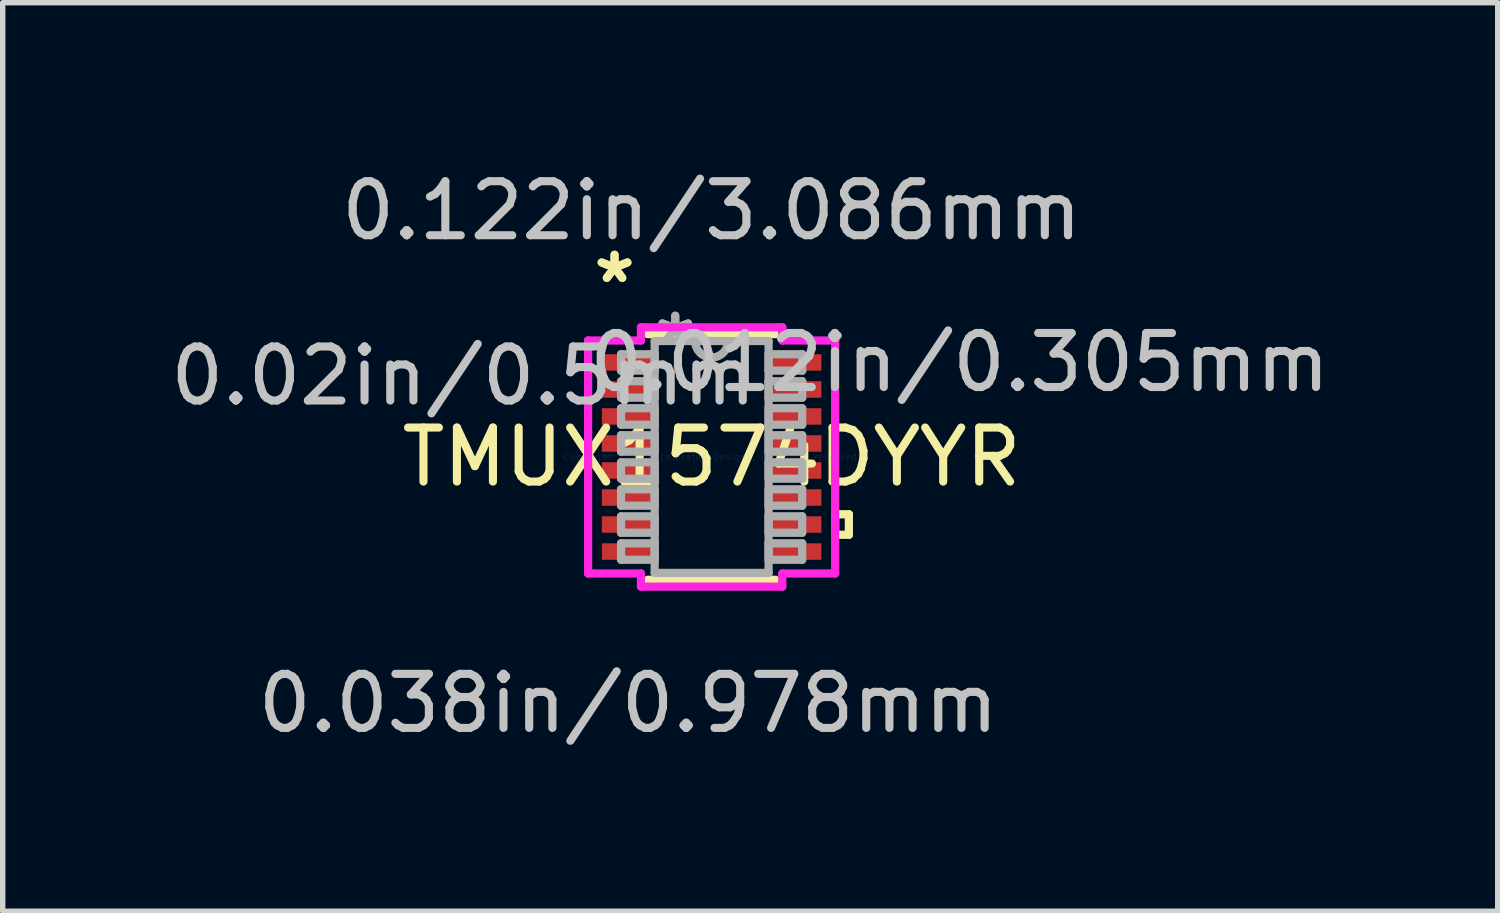
<source format=kicad_pcb>
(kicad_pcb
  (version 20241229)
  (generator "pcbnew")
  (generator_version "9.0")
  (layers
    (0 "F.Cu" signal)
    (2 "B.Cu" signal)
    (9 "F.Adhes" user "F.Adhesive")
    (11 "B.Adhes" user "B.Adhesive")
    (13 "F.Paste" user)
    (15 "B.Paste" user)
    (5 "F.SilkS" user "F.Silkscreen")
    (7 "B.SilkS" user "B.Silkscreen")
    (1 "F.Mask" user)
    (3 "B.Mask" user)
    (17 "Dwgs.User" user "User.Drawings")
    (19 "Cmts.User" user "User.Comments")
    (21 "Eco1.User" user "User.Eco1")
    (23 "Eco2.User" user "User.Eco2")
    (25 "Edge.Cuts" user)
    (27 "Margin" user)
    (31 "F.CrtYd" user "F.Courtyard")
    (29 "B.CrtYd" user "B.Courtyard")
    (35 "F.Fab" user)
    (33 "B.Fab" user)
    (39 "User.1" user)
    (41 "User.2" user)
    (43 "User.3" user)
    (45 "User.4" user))
  (footprint "TMUX1574DYYR"
    (layer "F.Cu")
    (at 10.121 5.408)
    (property "Reference" "TMUX1574DYYR" (at 0 0 0) (layer "F.SilkS") (effects (font (size 1 1) (thickness 0.15))))
    (attr through_hole)
    (fp_line (start -1.181 2.273) (end 1.181 2.273) (stroke (width 0.152) (type solid)) (layer "F.SilkS"))
    (fp_line (start 1.181 -2.273) (end -1.181 -2.273) (stroke (width 0.152) (type solid)) (layer "F.SilkS"))
    (fp_line (start 2.286 1.06) (end 2.54 1.06) (stroke (width 0.152) (type solid)) (layer "F.SilkS"))
    (fp_line (start 2.286 1.44) (end 2.286 1.06) (stroke (width 0.152) (type solid)) (layer "F.SilkS"))
    (fp_line (start 2.54 1.06) (end 2.54 1.44) (stroke (width 0.152) (type solid)) (layer "F.SilkS"))
    (fp_line (start 2.54 1.44) (end 2.286 1.44) (stroke (width 0.152) (type solid)) (layer "F.SilkS"))
    (fp_line (start -2.286 -2.156) (end -1.308 -2.156) (stroke (width 0.152) (type solid)) (layer "F.CrtYd"))
    (fp_line (start -2.286 2.156) (end -2.286 -2.156) (stroke (width 0.152) (type solid)) (layer "F.CrtYd"))
    (fp_line (start -1.308 -2.4) (end 1.308 -2.4) (stroke (width 0.152) (type solid)) (layer "F.CrtYd"))
    (fp_line (start -1.308 -2.156) (end -1.308 -2.4) (stroke (width 0.152) (type solid)) (layer "F.CrtYd"))
    (fp_line (start -1.308 2.156) (end -2.286 2.156) (stroke (width 0.152) (type solid)) (layer "F.CrtYd"))
    (fp_line (start -1.308 2.4) (end -1.308 2.156) (stroke (width 0.152) (type solid)) (layer "F.CrtYd"))
    (fp_line (start 1.308 -2.4) (end 1.308 -2.156) (stroke (width 0.152) (type solid)) (layer "F.CrtYd"))
    (fp_line (start 1.308 -2.156) (end 2.286 -2.156) (stroke (width 0.152) (type solid)) (layer "F.CrtYd"))
    (fp_line (start 1.308 2.156) (end 1.308 2.4) (stroke (width 0.152) (type solid)) (layer "F.CrtYd"))
    (fp_line (start 1.308 2.4) (end -1.308 2.4) (stroke (width 0.152) (type solid)) (layer "F.CrtYd"))
    (fp_line (start 2.286 -2.156) (end 2.286 2.156) (stroke (width 0.152) (type solid)) (layer "F.CrtYd"))
    (fp_line (start 2.286 2.156) (end 1.308 2.156) (stroke (width 0.152) (type solid)) (layer "F.CrtYd"))
    (fp_line (start -1.676 -1.902) (end -1.676 -1.598) (stroke (width 0.152) (type solid)) (layer "F.Fab"))
    (fp_line (start -1.676 -1.598) (end -1.054 -1.598) (stroke (width 0.152) (type solid)) (layer "F.Fab"))
    (fp_line (start -1.676 -1.402) (end -1.676 -1.098) (stroke (width 0.152) (type solid)) (layer "F.Fab"))
    (fp_line (start -1.676 -1.098) (end -1.054 -1.098) (stroke (width 0.152) (type solid)) (layer "F.Fab"))
    (fp_line (start -1.676 -0.902) (end -1.676 -0.598) (stroke (width 0.152) (type solid)) (layer "F.Fab"))
    (fp_line (start -1.676 -0.598) (end -1.054 -0.598) (stroke (width 0.152) (type solid)) (layer "F.Fab"))
    (fp_line (start -1.676 -0.402) (end -1.676 -0.098) (stroke (width 0.152) (type solid)) (layer "F.Fab"))
    (fp_line (start -1.676 -0.098) (end -1.054 -0.098) (stroke (width 0.152) (type solid)) (layer "F.Fab"))
    (fp_line (start -1.676 0.098) (end -1.676 0.402) (stroke (width 0.152) (type solid)) (layer "F.Fab"))
    (fp_line (start -1.676 0.402) (end -1.054 0.402) (stroke (width 0.152) (type solid)) (layer "F.Fab"))
    (fp_line (start -1.676 0.598) (end -1.676 0.902) (stroke (width 0.152) (type solid)) (layer "F.Fab"))
    (fp_line (start -1.676 0.902) (end -1.054 0.902) (stroke (width 0.152) (type solid)) (layer "F.Fab"))
    (fp_line (start -1.676 1.098) (end -1.676 1.402) (stroke (width 0.152) (type solid)) (layer "F.Fab"))
    (fp_line (start -1.676 1.402) (end -1.054 1.402) (stroke (width 0.152) (type solid)) (layer "F.Fab"))
    (fp_line (start -1.676 1.598) (end -1.676 1.902) (stroke (width 0.152) (type solid)) (layer "F.Fab"))
    (fp_line (start -1.676 1.902) (end -1.054 1.902) (stroke (width 0.152) (type solid)) (layer "F.Fab"))
    (fp_line (start -1.054 -2.146) (end -1.054 2.146) (stroke (width 0.152) (type solid)) (layer "F.Fab"))
    (fp_line (start -1.054 -1.902) (end -1.676 -1.902) (stroke (width 0.152) (type solid)) (layer "F.Fab"))
    (fp_line (start -1.054 -1.598) (end -1.054 -1.902) (stroke (width 0.152) (type solid)) (layer "F.Fab"))
    (fp_line (start -1.054 -1.402) (end -1.676 -1.402) (stroke (width 0.152) (type solid)) (layer "F.Fab"))
    (fp_line (start -1.054 -1.098) (end -1.054 -1.402) (stroke (width 0.152) (type solid)) (layer "F.Fab"))
    (fp_line (start -1.054 -0.902) (end -1.676 -0.902) (stroke (width 0.152) (type solid)) (layer "F.Fab"))
    (fp_line (start -1.054 -0.598) (end -1.054 -0.902) (stroke (width 0.152) (type solid)) (layer "F.Fab"))
    (fp_line (start -1.054 -0.402) (end -1.676 -0.402) (stroke (width 0.152) (type solid)) (layer "F.Fab"))
    (fp_line (start -1.054 -0.098) (end -1.054 -0.402) (stroke (width 0.152) (type solid)) (layer "F.Fab"))
    (fp_line (start -1.054 0.098) (end -1.676 0.098) (stroke (width 0.152) (type solid)) (layer "F.Fab"))
    (fp_line (start -1.054 0.402) (end -1.054 0.098) (stroke (width 0.152) (type solid)) (layer "F.Fab"))
    (fp_line (start -1.054 0.598) (end -1.676 0.598) (stroke (width 0.152) (type solid)) (layer "F.Fab"))
    (fp_line (start -1.054 0.902) (end -1.054 0.598) (stroke (width 0.152) (type solid)) (layer "F.Fab"))
    (fp_line (start -1.054 1.098) (end -1.676 1.098) (stroke (width 0.152) (type solid)) (layer "F.Fab"))
    (fp_line (start -1.054 1.402) (end -1.054 1.098) (stroke (width 0.152) (type solid)) (layer "F.Fab"))
    (fp_line (start -1.054 1.598) (end -1.676 1.598) (stroke (width 0.152) (type solid)) (layer "F.Fab"))
    (fp_line (start -1.054 1.902) (end -1.054 1.598) (stroke (width 0.152) (type solid)) (layer "F.Fab"))
    (fp_line (start -1.054 2.146) (end 1.054 2.146) (stroke (width 0.152) (type solid)) (layer "F.Fab"))
    (fp_line (start 1.054 -2.146) (end -1.054 -2.146) (stroke (width 0.152) (type solid)) (layer "F.Fab"))
    (fp_line (start 1.054 -1.902) (end 1.054 -1.598) (stroke (width 0.152) (type solid)) (layer "F.Fab"))
    (fp_line (start 1.054 -1.598) (end 1.676 -1.598) (stroke (width 0.152) (type solid)) (layer "F.Fab"))
    (fp_line (start 1.054 -1.402) (end 1.054 -1.098) (stroke (width 0.152) (type solid)) (layer "F.Fab"))
    (fp_line (start 1.054 -1.098) (end 1.676 -1.098) (stroke (width 0.152) (type solid)) (layer "F.Fab"))
    (fp_line (start 1.054 -0.902) (end 1.054 -0.598) (stroke (width 0.152) (type solid)) (layer "F.Fab"))
    (fp_line (start 1.054 -0.598) (end 1.676 -0.598) (stroke (width 0.152) (type solid)) (layer "F.Fab"))
    (fp_line (start 1.054 -0.402) (end 1.054 -0.098) (stroke (width 0.152) (type solid)) (layer "F.Fab"))
    (fp_line (start 1.054 -0.098) (end 1.676 -0.098) (stroke (width 0.152) (type solid)) (layer "F.Fab"))
    (fp_line (start 1.054 0.098) (end 1.054 0.402) (stroke (width 0.152) (type solid)) (layer "F.Fab"))
    (fp_line (start 1.054 0.402) (end 1.676 0.402) (stroke (width 0.152) (type solid)) (layer "F.Fab"))
    (fp_line (start 1.054 0.598) (end 1.054 0.902) (stroke (width 0.152) (type solid)) (layer "F.Fab"))
    (fp_line (start 1.054 0.902) (end 1.676 0.902) (stroke (width 0.152) (type solid)) (layer "F.Fab"))
    (fp_line (start 1.054 1.098) (end 1.054 1.402) (stroke (width 0.152) (type solid)) (layer "F.Fab"))
    (fp_line (start 1.054 1.402) (end 1.676 1.402) (stroke (width 0.152) (type solid)) (layer "F.Fab"))
    (fp_line (start 1.054 1.598) (end 1.054 1.902) (stroke (width 0.152) (type solid)) (layer "F.Fab"))
    (fp_line (start 1.054 1.902) (end 1.676 1.902) (stroke (width 0.152) (type solid)) (layer "F.Fab"))
    (fp_line (start 1.054 2.146) (end 1.054 -2.146) (stroke (width 0.152) (type solid)) (layer "F.Fab"))
    (fp_line (start 1.676 -1.902) (end 1.054 -1.902) (stroke (width 0.152) (type solid)) (layer "F.Fab"))
    (fp_line (start 1.676 -1.598) (end 1.676 -1.902) (stroke (width 0.152) (type solid)) (layer "F.Fab"))
    (fp_line (start 1.676 -1.402) (end 1.054 -1.402) (stroke (width 0.152) (type solid)) (layer "F.Fab"))
    (fp_line (start 1.676 -1.098) (end 1.676 -1.402) (stroke (width 0.152) (type solid)) (layer "F.Fab"))
    (fp_line (start 1.676 -0.902) (end 1.054 -0.902) (stroke (width 0.152) (type solid)) (layer "F.Fab"))
    (fp_line (start 1.676 -0.598) (end 1.676 -0.902) (stroke (width 0.152) (type solid)) (layer "F.Fab"))
    (fp_line (start 1.676 -0.402) (end 1.054 -0.402) (stroke (width 0.152) (type solid)) (layer "F.Fab"))
    (fp_line (start 1.676 -0.098) (end 1.676 -0.402) (stroke (width 0.152) (type solid)) (layer "F.Fab"))
    (fp_line (start 1.676 0.098) (end 1.054 0.098) (stroke (width 0.152) (type solid)) (layer "F.Fab"))
    (fp_line (start 1.676 0.402) (end 1.676 0.098) (stroke (width 0.152) (type solid)) (layer "F.Fab"))
    (fp_line (start 1.676 0.598) (end 1.054 0.598) (stroke (width 0.152) (type solid)) (layer "F.Fab"))
    (fp_line (start 1.676 0.902) (end 1.676 0.598) (stroke (width 0.152) (type solid)) (layer "F.Fab"))
    (fp_line (start 1.676 1.098) (end 1.054 1.098) (stroke (width 0.152) (type solid)) (layer "F.Fab"))
    (fp_line (start 1.676 1.402) (end 1.676 1.098) (stroke (width 0.152) (type solid)) (layer "F.Fab"))
    (fp_line (start 1.676 1.598) (end 1.054 1.598) (stroke (width 0.152) (type solid)) (layer "F.Fab"))
    (fp_line (start 1.676 1.902) (end 1.676 1.598) (stroke (width 0.152) (type solid)) (layer "F.Fab"))
    (fp_arc (start 0.3048 -2.1463) (mid 0 -1.8415) (end -0.3048 -2.1463) (stroke (width 0.1524) (type solid)) (layer "F.Fab"))
    (fp_text user "*" (at -1.797 -3.198 0) (layer "F.SilkS") (effects (font (size 1 1) (thickness 0.15))))
    (fp_text user "*" (at -1.797 -3.198 0) (layer "F.SilkS") (effects (font (size 1 1) (thickness 0.15))))
    (fp_text user "0.038in/0.978mm" (at -1.543 4.559 0) (layer "Dwgs.User") (effects (font (size 1 1) (thickness 0.15))))
    (fp_text user "0.122in/3.086mm" (at 0 -4.559 0) (layer "Dwgs.User") (effects (font (size 1 1) (thickness 0.15))))
    (fp_text user "0.02in/0.5mm" (at -4.591 -1.5 0) (layer "Dwgs.User") (effects (font (size 1 1) (thickness 0.15))))
    (fp_text user "0.012in/0.305mm" (at 4.591 -1.75 0) (layer "Dwgs.User") (effects (font (size 1 1) (thickness 0.15))))
    (fp_text user "Copyright 2016 Accelerated Designs. All rights reserved." (at 0 0 0) (layer "Cmts.User") (effects (font (size 0.127 0.127) (thickness 0.002))))
    (fp_text user "*" (at -0.673 -2.07 0) (layer "F.Fab") (effects (font (size 1 1) (thickness 0.15))))
    (fp_text user "*" (at -0.673 -2.07 0) (layer "F.Fab") (effects (font (size 1 1) (thickness 0.15))))
    (pad "1" smd rect (at -1.543 -1.75) (size 0.978 0.305) (layers "F.Cu" "F.Mask" "F.Paste"))
    (pad "2" smd rect (at -1.543 -1.25) (size 0.978 0.305) (layers "F.Cu" "F.Mask" "F.Paste"))
    (pad "3" smd rect (at -1.543 -0.75) (size 0.978 0.305) (layers "F.Cu" "F.Mask" "F.Paste"))
    (pad "4" smd rect (at -1.543 -0.25) (size 0.978 0.305) (layers "F.Cu" "F.Mask" "F.Paste"))
    (pad "5" smd rect (at -1.543 0.25) (size 0.978 0.305) (layers "F.Cu" "F.Mask" "F.Paste"))
    (pad "6" smd rect (at -1.543 0.75) (size 0.978 0.305) (layers "F.Cu" "F.Mask" "F.Paste"))
    (pad "7" smd rect (at -1.543 1.25) (size 0.978 0.305) (layers "F.Cu" "F.Mask" "F.Paste"))
    (pad "8" smd rect (at -1.543 1.75) (size 0.978 0.305) (layers "F.Cu" "F.Mask" "F.Paste"))
    (pad "9" smd rect (at 1.543 1.75) (size 0.978 0.305) (layers "F.Cu" "F.Mask" "F.Paste"))
    (pad "10" smd rect (at 1.543 1.25) (size 0.978 0.305) (layers "F.Cu" "F.Mask" "F.Paste"))
    (pad "11" smd rect (at 1.543 0.75) (size 0.978 0.305) (layers "F.Cu" "F.Mask" "F.Paste"))
    (pad "12" smd rect (at 1.543 0.25) (size 0.978 0.305) (layers "F.Cu" "F.Mask" "F.Paste"))
    (pad "13" smd rect (at 1.543 -0.25) (size 0.978 0.305) (layers "F.Cu" "F.Mask" "F.Paste"))
    (pad "14" smd rect (at 1.543 -0.75) (size 0.978 0.305) (layers "F.Cu" "F.Mask" "F.Paste"))
    (pad "15" smd rect (at 1.543 -1.25) (size 0.978 0.305) (layers "F.Cu" "F.Mask" "F.Paste"))
    (pad "16" smd rect (at 1.543 -1.75) (size 0.978 0.305) (layers "F.Cu" "F.Mask" "F.Paste")))
  (gr_rect
    (start -3 -3)
    (end 24.67 13.815)
    (stroke (width 0.1) (type default))
    (fill no)
    (layer "Edge.Cuts")))
</source>
